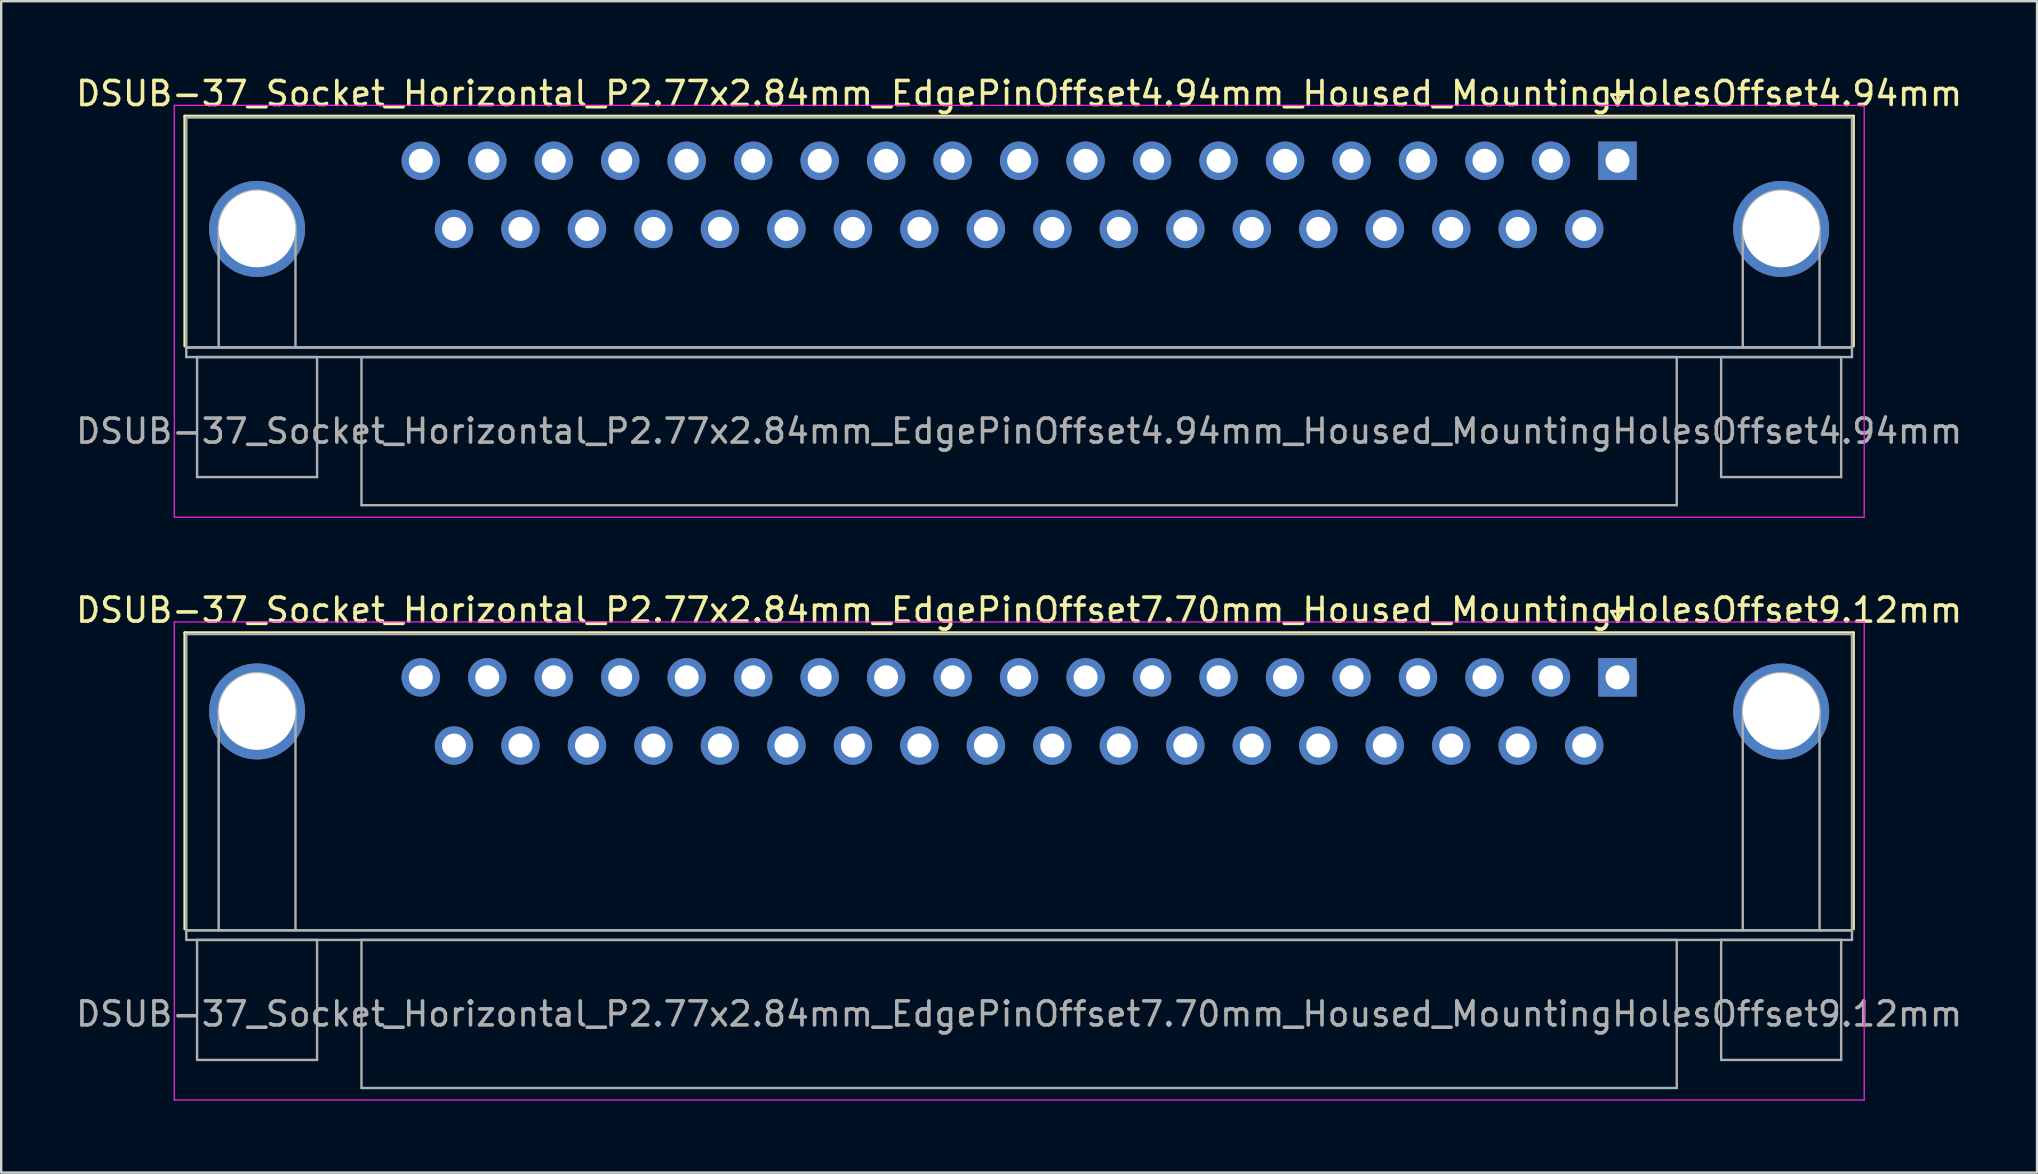
<source format=kicad_pcb>
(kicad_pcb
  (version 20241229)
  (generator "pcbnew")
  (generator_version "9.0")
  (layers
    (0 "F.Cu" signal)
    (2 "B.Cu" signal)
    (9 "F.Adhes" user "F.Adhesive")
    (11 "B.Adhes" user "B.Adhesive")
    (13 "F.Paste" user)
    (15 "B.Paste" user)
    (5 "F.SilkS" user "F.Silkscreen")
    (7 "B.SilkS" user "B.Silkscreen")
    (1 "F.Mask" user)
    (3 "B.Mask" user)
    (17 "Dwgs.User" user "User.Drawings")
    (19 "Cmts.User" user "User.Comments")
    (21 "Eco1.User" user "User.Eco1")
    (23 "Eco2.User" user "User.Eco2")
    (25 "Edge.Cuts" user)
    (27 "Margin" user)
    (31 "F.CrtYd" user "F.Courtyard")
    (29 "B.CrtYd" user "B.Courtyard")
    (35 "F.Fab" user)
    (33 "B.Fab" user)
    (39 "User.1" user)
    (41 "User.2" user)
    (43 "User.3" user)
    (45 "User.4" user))
  (footprint "DSUB-37_Socket_Horizontal_P2.77x2.84mm_EdgePinOffset7.70mm_Housed_MountingHolesOffset9.12mm"
    (layer "F.Cu")
    (at 64.341 25.172)
    (property "Reference" "DSUB-37_Socket_Horizontal_P2.77x2.84mm_EdgePinOffset7.70mm_Housed_MountingHolesOffset9.12mm" (at -24.93 -2.8 0) (layer "F.SilkS") (effects (font (size 1 1) (thickness 0.15))))
    (attr through_hole)
    (fp_line (start -59.69 -1.86) (end 9.83 -1.86) (stroke (width 0.12) (type solid)) (layer "F.SilkS"))
    (fp_line (start -59.69 10.48) (end -59.69 -1.86) (stroke (width 0.12) (type solid)) (layer "F.SilkS"))
    (fp_line (start -0.25 -2.754) (end 0.25 -2.754) (stroke (width 0.12) (type solid)) (layer "F.SilkS"))
    (fp_line (start 0 -2.321) (end -0.25 -2.754) (stroke (width 0.12) (type solid)) (layer "F.SilkS"))
    (fp_line (start 0.25 -2.754) (end 0 -2.321) (stroke (width 0.12) (type solid)) (layer "F.SilkS"))
    (fp_line (start 9.83 -1.86) (end 9.83 10.48) (stroke (width 0.12) (type solid)) (layer "F.SilkS"))
    (fp_line (start -60.13 -2.31) (end -60.13 17.61) (stroke (width 0.05) (type solid)) (layer "F.CrtYd"))
    (fp_line (start -60.13 17.61) (end 10.28 17.61) (stroke (width 0.05) (type solid)) (layer "F.CrtYd"))
    (fp_line (start 10.28 -2.31) (end -60.13 -2.31) (stroke (width 0.05) (type solid)) (layer "F.CrtYd"))
    (fp_line (start 10.28 17.61) (end 10.28 -2.31) (stroke (width 0.05) (type solid)) (layer "F.CrtYd"))
    (fp_line (start -59.63 -1.8) (end -59.63 10.54) (stroke (width 0.1) (type solid)) (layer "F.Fab"))
    (fp_line (start -59.63 10.54) (end -59.63 10.94) (stroke (width 0.1) (type solid)) (layer "F.Fab"))
    (fp_line (start -59.63 10.54) (end 9.77 10.54) (stroke (width 0.1) (type solid)) (layer "F.Fab"))
    (fp_line (start -59.63 10.94) (end 9.77 10.94) (stroke (width 0.1) (type solid)) (layer "F.Fab"))
    (fp_line (start -59.18 10.94) (end -59.18 15.94) (stroke (width 0.1) (type solid)) (layer "F.Fab"))
    (fp_line (start -59.18 15.94) (end -54.18 15.94) (stroke (width 0.1) (type solid)) (layer "F.Fab"))
    (fp_line (start -58.28 10.54) (end -58.28 1.42) (stroke (width 0.1) (type solid)) (layer "F.Fab"))
    (fp_line (start -55.08 10.54) (end -55.08 1.42) (stroke (width 0.1) (type solid)) (layer "F.Fab"))
    (fp_line (start -54.18 10.94) (end -59.18 10.94) (stroke (width 0.1) (type solid)) (layer "F.Fab"))
    (fp_line (start -54.18 15.94) (end -54.18 10.94) (stroke (width 0.1) (type solid)) (layer "F.Fab"))
    (fp_line (start -52.33 10.94) (end -52.33 17.11) (stroke (width 0.1) (type solid)) (layer "F.Fab"))
    (fp_line (start -52.33 17.11) (end 2.47 17.11) (stroke (width 0.1) (type solid)) (layer "F.Fab"))
    (fp_line (start 2.47 10.94) (end -52.33 10.94) (stroke (width 0.1) (type solid)) (layer "F.Fab"))
    (fp_line (start 2.47 17.11) (end 2.47 10.94) (stroke (width 0.1) (type solid)) (layer "F.Fab"))
    (fp_line (start 4.32 10.94) (end 4.32 15.94) (stroke (width 0.1) (type solid)) (layer "F.Fab"))
    (fp_line (start 4.32 15.94) (end 9.32 15.94) (stroke (width 0.1) (type solid)) (layer "F.Fab"))
    (fp_line (start 5.22 10.54) (end 5.22 1.42) (stroke (width 0.1) (type solid)) (layer "F.Fab"))
    (fp_line (start 8.42 10.54) (end 8.42 1.42) (stroke (width 0.1) (type solid)) (layer "F.Fab"))
    (fp_line (start 9.32 10.94) (end 4.32 10.94) (stroke (width 0.1) (type solid)) (layer "F.Fab"))
    (fp_line (start 9.32 15.94) (end 9.32 10.94) (stroke (width 0.1) (type solid)) (layer "F.Fab"))
    (fp_line (start 9.77 -1.8) (end -59.63 -1.8) (stroke (width 0.1) (type solid)) (layer "F.Fab"))
    (fp_line (start 9.77 10.54) (end -59.63 10.54) (stroke (width 0.1) (type solid)) (layer "F.Fab"))
    (fp_line (start 9.77 10.54) (end 9.77 -1.8) (stroke (width 0.1) (type solid)) (layer "F.Fab"))
    (fp_line (start 9.77 10.94) (end 9.77 10.54) (stroke (width 0.1) (type solid)) (layer "F.Fab"))
    (fp_arc (start -58.28 1.42) (mid -56.68 -0.18) (end -55.08 1.42) (stroke (width 0.1) (type solid)) (layer "F.Fab"))
    (fp_arc (start 5.22 1.42) (mid 6.82 -0.18) (end 8.42 1.42) (stroke (width 0.1) (type solid)) (layer "F.Fab"))
    (fp_text user "${REFERENCE}" (at -24.93 14.025 0) (layer "F.Fab") (effects (font (size 1 1) (thickness 0.15))))
    (pad "0" thru_hole circle (at -56.68 1.42) (size 4 4) (drill 3.2) (layers "*.Cu" "*.Mask"))
    (pad "0" thru_hole circle (at 6.82 1.42) (size 4 4) (drill 3.2) (layers "*.Cu" "*.Mask"))
    (pad "1" thru_hole rect (at 0 0) (size 1.6 1.6) (drill 1) (layers "*.Cu" "*.Mask"))
    (pad "2" thru_hole circle (at -2.77 0) (size 1.6 1.6) (drill 1) (layers "*.Cu" "*.Mask"))
    (pad "3" thru_hole circle (at -5.54 0) (size 1.6 1.6) (drill 1) (layers "*.Cu" "*.Mask"))
    (pad "4" thru_hole circle (at -8.31 0) (size 1.6 1.6) (drill 1) (layers "*.Cu" "*.Mask"))
    (pad "5" thru_hole circle (at -11.08 0) (size 1.6 1.6) (drill 1) (layers "*.Cu" "*.Mask"))
    (pad "6" thru_hole circle (at -13.85 0) (size 1.6 1.6) (drill 1) (layers "*.Cu" "*.Mask"))
    (pad "7" thru_hole circle (at -16.62 0) (size 1.6 1.6) (drill 1) (layers "*.Cu" "*.Mask"))
    (pad "8" thru_hole circle (at -19.39 0) (size 1.6 1.6) (drill 1) (layers "*.Cu" "*.Mask"))
    (pad "9" thru_hole circle (at -22.16 0) (size 1.6 1.6) (drill 1) (layers "*.Cu" "*.Mask"))
    (pad "10" thru_hole circle (at -24.93 0) (size 1.6 1.6) (drill 1) (layers "*.Cu" "*.Mask"))
    (pad "11" thru_hole circle (at -27.7 0) (size 1.6 1.6) (drill 1) (layers "*.Cu" "*.Mask"))
    (pad "12" thru_hole circle (at -30.47 0) (size 1.6 1.6) (drill 1) (layers "*.Cu" "*.Mask"))
    (pad "13" thru_hole circle (at -33.24 0) (size 1.6 1.6) (drill 1) (layers "*.Cu" "*.Mask"))
    (pad "14" thru_hole circle (at -36.01 0) (size 1.6 1.6) (drill 1) (layers "*.Cu" "*.Mask"))
    (pad "15" thru_hole circle (at -38.78 0) (size 1.6 1.6) (drill 1) (layers "*.Cu" "*.Mask"))
    (pad "16" thru_hole circle (at -41.55 0) (size 1.6 1.6) (drill 1) (layers "*.Cu" "*.Mask"))
    (pad "17" thru_hole circle (at -44.32 0) (size 1.6 1.6) (drill 1) (layers "*.Cu" "*.Mask"))
    (pad "18" thru_hole circle (at -47.09 0) (size 1.6 1.6) (drill 1) (layers "*.Cu" "*.Mask"))
    (pad "19" thru_hole circle (at -49.86 0) (size 1.6 1.6) (drill 1) (layers "*.Cu" "*.Mask"))
    (pad "20" thru_hole circle (at -1.385 2.84) (size 1.6 1.6) (drill 1) (layers "*.Cu" "*.Mask"))
    (pad "21" thru_hole circle (at -4.155 2.84) (size 1.6 1.6) (drill 1) (layers "*.Cu" "*.Mask"))
    (pad "22" thru_hole circle (at -6.925 2.84) (size 1.6 1.6) (drill 1) (layers "*.Cu" "*.Mask"))
    (pad "23" thru_hole circle (at -9.695 2.84) (size 1.6 1.6) (drill 1) (layers "*.Cu" "*.Mask"))
    (pad "24" thru_hole circle (at -12.465 2.84) (size 1.6 1.6) (drill 1) (layers "*.Cu" "*.Mask"))
    (pad "25" thru_hole circle (at -15.235 2.84) (size 1.6 1.6) (drill 1) (layers "*.Cu" "*.Mask"))
    (pad "26" thru_hole circle (at -18.005 2.84) (size 1.6 1.6) (drill 1) (layers "*.Cu" "*.Mask"))
    (pad "27" thru_hole circle (at -20.775 2.84) (size 1.6 1.6) (drill 1) (layers "*.Cu" "*.Mask"))
    (pad "28" thru_hole circle (at -23.545 2.84) (size 1.6 1.6) (drill 1) (layers "*.Cu" "*.Mask"))
    (pad "29" thru_hole circle (at -26.315 2.84) (size 1.6 1.6) (drill 1) (layers "*.Cu" "*.Mask"))
    (pad "30" thru_hole circle (at -29.085 2.84) (size 1.6 1.6) (drill 1) (layers "*.Cu" "*.Mask"))
    (pad "31" thru_hole circle (at -31.855 2.84) (size 1.6 1.6) (drill 1) (layers "*.Cu" "*.Mask"))
    (pad "32" thru_hole circle (at -34.625 2.84) (size 1.6 1.6) (drill 1) (layers "*.Cu" "*.Mask"))
    (pad "33" thru_hole circle (at -37.395 2.84) (size 1.6 1.6) (drill 1) (layers "*.Cu" "*.Mask"))
    (pad "34" thru_hole circle (at -40.165 2.84) (size 1.6 1.6) (drill 1) (layers "*.Cu" "*.Mask"))
    (pad "35" thru_hole circle (at -42.935 2.84) (size 1.6 1.6) (drill 1) (layers "*.Cu" "*.Mask"))
    (pad "36" thru_hole circle (at -45.705 2.84) (size 1.6 1.6) (drill 1) (layers "*.Cu" "*.Mask"))
    (pad "37" thru_hole circle (at -48.475 2.84) (size 1.6 1.6) (drill 1) (layers "*.Cu" "*.Mask")))
  (footprint "DSUB-37_Socket_Horizontal_P2.77x2.84mm_EdgePinOffset4.94mm_Housed_MountingHolesOffset4.94mm"
    (layer "F.Cu")
    (at 64.341 3.648)
    (property "Reference" "DSUB-37_Socket_Horizontal_P2.77x2.84mm_EdgePinOffset4.94mm_Housed_MountingHolesOffset4.94mm" (at -24.93 -2.8 0) (layer "F.SilkS") (effects (font (size 1 1) (thickness 0.15))))
    (attr through_hole)
    (fp_line (start -59.69 -1.86) (end 9.83 -1.86) (stroke (width 0.12) (type solid)) (layer "F.SilkS"))
    (fp_line (start -59.69 7.72) (end -59.69 -1.86) (stroke (width 0.12) (type solid)) (layer "F.SilkS"))
    (fp_line (start -0.25 -2.754) (end 0.25 -2.754) (stroke (width 0.12) (type solid)) (layer "F.SilkS"))
    (fp_line (start 0 -2.321) (end -0.25 -2.754) (stroke (width 0.12) (type solid)) (layer "F.SilkS"))
    (fp_line (start 0.25 -2.754) (end 0 -2.321) (stroke (width 0.12) (type solid)) (layer "F.SilkS"))
    (fp_line (start 9.83 -1.86) (end 9.83 7.72) (stroke (width 0.12) (type solid)) (layer "F.SilkS"))
    (fp_line (start -60.13 -2.31) (end -60.13 14.85) (stroke (width 0.05) (type solid)) (layer "F.CrtYd"))
    (fp_line (start -60.13 14.85) (end 10.28 14.85) (stroke (width 0.05) (type solid)) (layer "F.CrtYd"))
    (fp_line (start 10.28 -2.31) (end -60.13 -2.31) (stroke (width 0.05) (type solid)) (layer "F.CrtYd"))
    (fp_line (start 10.28 14.85) (end 10.28 -2.31) (stroke (width 0.05) (type solid)) (layer "F.CrtYd"))
    (fp_line (start -59.63 -1.8) (end -59.63 7.78) (stroke (width 0.1) (type solid)) (layer "F.Fab"))
    (fp_line (start -59.63 7.78) (end -59.63 8.18) (stroke (width 0.1) (type solid)) (layer "F.Fab"))
    (fp_line (start -59.63 7.78) (end 9.77 7.78) (stroke (width 0.1) (type solid)) (layer "F.Fab"))
    (fp_line (start -59.63 8.18) (end 9.77 8.18) (stroke (width 0.1) (type solid)) (layer "F.Fab"))
    (fp_line (start -59.18 8.18) (end -59.18 13.18) (stroke (width 0.1) (type solid)) (layer "F.Fab"))
    (fp_line (start -59.18 13.18) (end -54.18 13.18) (stroke (width 0.1) (type solid)) (layer "F.Fab"))
    (fp_line (start -58.28 7.78) (end -58.28 2.84) (stroke (width 0.1) (type solid)) (layer "F.Fab"))
    (fp_line (start -55.08 7.78) (end -55.08 2.84) (stroke (width 0.1) (type solid)) (layer "F.Fab"))
    (fp_line (start -54.18 8.18) (end -59.18 8.18) (stroke (width 0.1) (type solid)) (layer "F.Fab"))
    (fp_line (start -54.18 13.18) (end -54.18 8.18) (stroke (width 0.1) (type solid)) (layer "F.Fab"))
    (fp_line (start -52.33 8.18) (end -52.33 14.35) (stroke (width 0.1) (type solid)) (layer "F.Fab"))
    (fp_line (start -52.33 14.35) (end 2.47 14.35) (stroke (width 0.1) (type solid)) (layer "F.Fab"))
    (fp_line (start 2.47 8.18) (end -52.33 8.18) (stroke (width 0.1) (type solid)) (layer "F.Fab"))
    (fp_line (start 2.47 14.35) (end 2.47 8.18) (stroke (width 0.1) (type solid)) (layer "F.Fab"))
    (fp_line (start 4.32 8.18) (end 4.32 13.18) (stroke (width 0.1) (type solid)) (layer "F.Fab"))
    (fp_line (start 4.32 13.18) (end 9.32 13.18) (stroke (width 0.1) (type solid)) (layer "F.Fab"))
    (fp_line (start 5.22 7.78) (end 5.22 2.84) (stroke (width 0.1) (type solid)) (layer "F.Fab"))
    (fp_line (start 8.42 7.78) (end 8.42 2.84) (stroke (width 0.1) (type solid)) (layer "F.Fab"))
    (fp_line (start 9.32 8.18) (end 4.32 8.18) (stroke (width 0.1) (type solid)) (layer "F.Fab"))
    (fp_line (start 9.32 13.18) (end 9.32 8.18) (stroke (width 0.1) (type solid)) (layer "F.Fab"))
    (fp_line (start 9.77 -1.8) (end -59.63 -1.8) (stroke (width 0.1) (type solid)) (layer "F.Fab"))
    (fp_line (start 9.77 7.78) (end -59.63 7.78) (stroke (width 0.1) (type solid)) (layer "F.Fab"))
    (fp_line (start 9.77 7.78) (end 9.77 -1.8) (stroke (width 0.1) (type solid)) (layer "F.Fab"))
    (fp_line (start 9.77 8.18) (end 9.77 7.78) (stroke (width 0.1) (type solid)) (layer "F.Fab"))
    (fp_arc (start -58.28 2.84) (mid -56.68 1.24) (end -55.08 2.84) (stroke (width 0.1) (type solid)) (layer "F.Fab"))
    (fp_arc (start 5.22 2.84) (mid 6.82 1.24) (end 8.42 2.84) (stroke (width 0.1) (type solid)) (layer "F.Fab"))
    (fp_text user "${REFERENCE}" (at -24.93 11.265 0) (layer "F.Fab") (effects (font (size 1 1) (thickness 0.15))))
    (pad "0" thru_hole circle (at -56.68 2.84) (size 4 4) (drill 3.2) (layers "*.Cu" "*.Mask"))
    (pad "0" thru_hole circle (at 6.82 2.84) (size 4 4) (drill 3.2) (layers "*.Cu" "*.Mask"))
    (pad "1" thru_hole rect (at 0 0) (size 1.6 1.6) (drill 1) (layers "*.Cu" "*.Mask"))
    (pad "2" thru_hole circle (at -2.77 0) (size 1.6 1.6) (drill 1) (layers "*.Cu" "*.Mask"))
    (pad "3" thru_hole circle (at -5.54 0) (size 1.6 1.6) (drill 1) (layers "*.Cu" "*.Mask"))
    (pad "4" thru_hole circle (at -8.31 0) (size 1.6 1.6) (drill 1) (layers "*.Cu" "*.Mask"))
    (pad "5" thru_hole circle (at -11.08 0) (size 1.6 1.6) (drill 1) (layers "*.Cu" "*.Mask"))
    (pad "6" thru_hole circle (at -13.85 0) (size 1.6 1.6) (drill 1) (layers "*.Cu" "*.Mask"))
    (pad "7" thru_hole circle (at -16.62 0) (size 1.6 1.6) (drill 1) (layers "*.Cu" "*.Mask"))
    (pad "8" thru_hole circle (at -19.39 0) (size 1.6 1.6) (drill 1) (layers "*.Cu" "*.Mask"))
    (pad "9" thru_hole circle (at -22.16 0) (size 1.6 1.6) (drill 1) (layers "*.Cu" "*.Mask"))
    (pad "10" thru_hole circle (at -24.93 0) (size 1.6 1.6) (drill 1) (layers "*.Cu" "*.Mask"))
    (pad "11" thru_hole circle (at -27.7 0) (size 1.6 1.6) (drill 1) (layers "*.Cu" "*.Mask"))
    (pad "12" thru_hole circle (at -30.47 0) (size 1.6 1.6) (drill 1) (layers "*.Cu" "*.Mask"))
    (pad "13" thru_hole circle (at -33.24 0) (size 1.6 1.6) (drill 1) (layers "*.Cu" "*.Mask"))
    (pad "14" thru_hole circle (at -36.01 0) (size 1.6 1.6) (drill 1) (layers "*.Cu" "*.Mask"))
    (pad "15" thru_hole circle (at -38.78 0) (size 1.6 1.6) (drill 1) (layers "*.Cu" "*.Mask"))
    (pad "16" thru_hole circle (at -41.55 0) (size 1.6 1.6) (drill 1) (layers "*.Cu" "*.Mask"))
    (pad "17" thru_hole circle (at -44.32 0) (size 1.6 1.6) (drill 1) (layers "*.Cu" "*.Mask"))
    (pad "18" thru_hole circle (at -47.09 0) (size 1.6 1.6) (drill 1) (layers "*.Cu" "*.Mask"))
    (pad "19" thru_hole circle (at -49.86 0) (size 1.6 1.6) (drill 1) (layers "*.Cu" "*.Mask"))
    (pad "20" thru_hole circle (at -1.385 2.84) (size 1.6 1.6) (drill 1) (layers "*.Cu" "*.Mask"))
    (pad "21" thru_hole circle (at -4.155 2.84) (size 1.6 1.6) (drill 1) (layers "*.Cu" "*.Mask"))
    (pad "22" thru_hole circle (at -6.925 2.84) (size 1.6 1.6) (drill 1) (layers "*.Cu" "*.Mask"))
    (pad "23" thru_hole circle (at -9.695 2.84) (size 1.6 1.6) (drill 1) (layers "*.Cu" "*.Mask"))
    (pad "24" thru_hole circle (at -12.465 2.84) (size 1.6 1.6) (drill 1) (layers "*.Cu" "*.Mask"))
    (pad "25" thru_hole circle (at -15.235 2.84) (size 1.6 1.6) (drill 1) (layers "*.Cu" "*.Mask"))
    (pad "26" thru_hole circle (at -18.005 2.84) (size 1.6 1.6) (drill 1) (layers "*.Cu" "*.Mask"))
    (pad "27" thru_hole circle (at -20.775 2.84) (size 1.6 1.6) (drill 1) (layers "*.Cu" "*.Mask"))
    (pad "28" thru_hole circle (at -23.545 2.84) (size 1.6 1.6) (drill 1) (layers "*.Cu" "*.Mask"))
    (pad "29" thru_hole circle (at -26.315 2.84) (size 1.6 1.6) (drill 1) (layers "*.Cu" "*.Mask"))
    (pad "30" thru_hole circle (at -29.085 2.84) (size 1.6 1.6) (drill 1) (layers "*.Cu" "*.Mask"))
    (pad "31" thru_hole circle (at -31.855 2.84) (size 1.6 1.6) (drill 1) (layers "*.Cu" "*.Mask"))
    (pad "32" thru_hole circle (at -34.625 2.84) (size 1.6 1.6) (drill 1) (layers "*.Cu" "*.Mask"))
    (pad "33" thru_hole circle (at -37.395 2.84) (size 1.6 1.6) (drill 1) (layers "*.Cu" "*.Mask"))
    (pad "34" thru_hole circle (at -40.165 2.84) (size 1.6 1.6) (drill 1) (layers "*.Cu" "*.Mask"))
    (pad "35" thru_hole circle (at -42.935 2.84) (size 1.6 1.6) (drill 1) (layers "*.Cu" "*.Mask"))
    (pad "36" thru_hole circle (at -45.705 2.84) (size 1.6 1.6) (drill 1) (layers "*.Cu" "*.Mask"))
    (pad "37" thru_hole circle (at -48.475 2.84) (size 1.6 1.6) (drill 1) (layers "*.Cu" "*.Mask")))
  (gr_rect
    (start -3 -3)
    (end 81.821 45.806)
    (stroke (width 0.1) (type default))
    (fill no)
    (layer "Edge.Cuts")))
</source>
